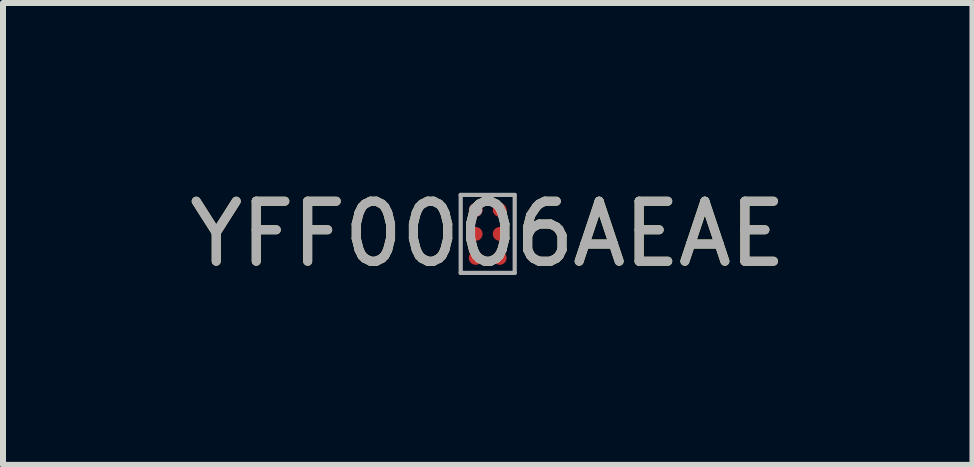
<source format=kicad_pcb>
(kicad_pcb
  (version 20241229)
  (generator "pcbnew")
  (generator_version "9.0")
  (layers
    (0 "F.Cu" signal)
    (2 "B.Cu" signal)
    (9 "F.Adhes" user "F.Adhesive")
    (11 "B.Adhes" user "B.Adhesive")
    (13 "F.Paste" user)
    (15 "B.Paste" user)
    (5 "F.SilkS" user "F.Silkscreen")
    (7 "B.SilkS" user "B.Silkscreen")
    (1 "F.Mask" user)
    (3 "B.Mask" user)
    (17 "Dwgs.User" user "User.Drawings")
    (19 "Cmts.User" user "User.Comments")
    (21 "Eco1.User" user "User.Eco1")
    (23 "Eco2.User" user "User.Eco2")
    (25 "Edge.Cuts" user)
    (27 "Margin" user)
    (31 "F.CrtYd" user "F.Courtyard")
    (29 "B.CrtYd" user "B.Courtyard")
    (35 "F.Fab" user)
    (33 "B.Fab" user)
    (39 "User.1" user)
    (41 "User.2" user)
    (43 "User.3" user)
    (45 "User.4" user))
  (footprint "YFF0006AEAE"
    (layer "F.Cu")
    (at 5.077 0.848)
    (property "Reference" "YFF0006AEAE" (at 0 0 0) (unlocked yes) (layer "F.SilkS") (effects (font (size 1 1) (thickness 0.15))))
    (attr smd)
    (fp_poly (pts (xy -0.325 -0.325) (xy -0.325 -0.475) (xy -0.275 -0.525) (xy -0.125 -0.525) (xy -0.075 -0.475) (xy -0.075 -0.325) (xy -0.125 -0.275) (xy -0.275 -0.275)) (stroke (width 0) (type solid)) (fill yes) (layer "F.Paste"))
    (fp_poly (pts (xy -0.325 0.075) (xy -0.325 -0.075) (xy -0.275 -0.125) (xy -0.125 -0.125) (xy -0.075 -0.075) (xy -0.075 0.075) (xy -0.125 0.125) (xy -0.275 0.125)) (stroke (width 0) (type solid)) (fill yes) (layer "F.Paste"))
    (fp_poly (pts (xy -0.325 0.475) (xy -0.325 0.325) (xy -0.275 0.275) (xy -0.125 0.275) (xy -0.075 0.325) (xy -0.075 0.475) (xy -0.125 0.525) (xy -0.275 0.525)) (stroke (width 0) (type solid)) (fill yes) (layer "F.Paste"))
    (fp_poly (pts (xy 0.075 -0.325) (xy 0.075 -0.475) (xy 0.125 -0.525) (xy 0.275 -0.525) (xy 0.325 -0.475) (xy 0.325 -0.325) (xy 0.275 -0.275) (xy 0.125 -0.275)) (stroke (width 0) (type solid)) (fill yes) (layer "F.Paste"))
    (fp_poly (pts (xy 0.075 0.075) (xy 0.075 -0.075) (xy 0.125 -0.125) (xy 0.275 -0.125) (xy 0.325 -0.075) (xy 0.325 0.075) (xy 0.275 0.125) (xy 0.125 0.125)) (stroke (width 0) (type solid)) (fill yes) (layer "F.Paste"))
    (fp_poly (pts (xy 0.075 0.475) (xy 0.075 0.325) (xy 0.125 0.275) (xy 0.275 0.275) (xy 0.325 0.325) (xy 0.325 0.475) (xy 0.275 0.525) (xy 0.125 0.525)) (stroke (width 0) (type solid)) (fill yes) (layer "F.Paste"))
    (fp_line (start -0.45 -0.65) (end 0.45 -0.65) (stroke (width 0.07) (type solid)) (layer "F.Fab"))
    (fp_line (start -0.45 0.65) (end -0.45 -0.65) (stroke (width 0.07) (type solid)) (layer "F.Fab"))
    (fp_line (start -0.45 0.65) (end 0.45 0.65) (stroke (width 0.07) (type solid)) (layer "F.Fab"))
    (fp_line (start 0.45 0.65) (end 0.45 -0.65) (stroke (width 0.07) (type solid)) (layer "F.Fab"))
    (fp_circle (center -0.2 -0.4) (end -0.12 -0.4) (stroke (width 0.06) (type solid)) (fill no) (layer "F.Fab"))
    (fp_text user "${REFERENCE}" (at 0 0 0) (unlocked yes) (layer "F.Fab") (effects (font (size 1 1) (thickness 0.15))))
    (pad "1" smd circle (at -0.2 -0.4 90) (size 0.23 0.23) (layers "F.Cu" "F.Mask"))
    (pad "2" smd circle (at 0.2 -0.4 90) (size 0.23 0.23) (layers "F.Cu" "F.Mask"))
    (pad "3" smd circle (at -0.2 0.000003 90) (size 0.23 0.23) (layers "F.Cu" "F.Mask"))
    (pad "4" smd circle (at 0.2 0.000003 90) (size 0.23 0.23) (layers "F.Cu" "F.Mask"))
    (pad "5" smd circle (at -0.2 0.4 90) (size 0.23 0.23) (layers "F.Cu" "F.Mask"))
    (pad "6" smd circle (at 0.2 0.4 90) (size 0.23 0.23) (layers "F.Cu" "F.Mask")))
  (gr_rect
    (start -3 -3)
    (end 13.155 4.697)
    (stroke (width 0.1) (type default))
    (fill no)
    (layer "Edge.Cuts")))
</source>
